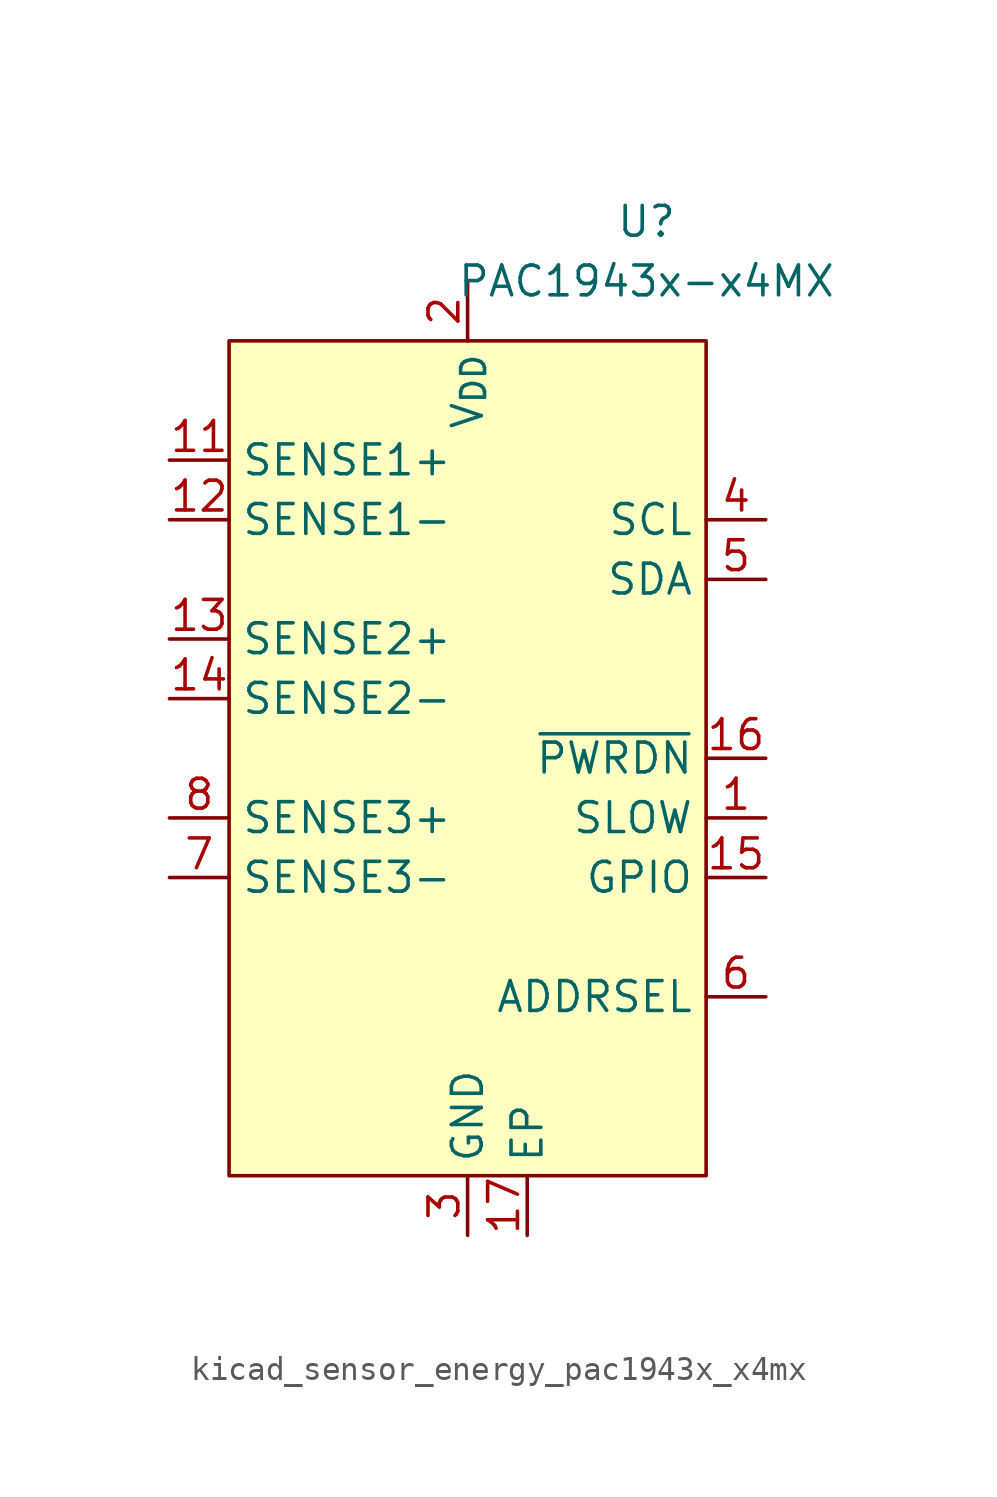
<source format=kicad_sym>
(kicad_symbol_lib
  (version 20220914)
  (generator kicad_symbol_editor)
  (symbol "kicad_sensor_energy_pac1943x_x4mx"
    (property "Reference" "U"
      (at 7.62 22.86 0)
      (effects (font (size 1.27 1.27))))
    (property "Value" "PAC1943x-x4MX"
      (at 7.62 20.32 0)
      (effects (font (size 1.27 1.27))))
    (symbol "kicad_sensor_energy_pac1943x_x4mx_0_0"
      (pin input line (at 12.7 -2.54 180) (length 2.54) (name "SLOW" (effects (font (size 1.27 1.27)))) (number "1" (effects (font (size 1.27 1.27)))) (alternate "GPIO" bidirectional line) (alternate "~{ALERT1}" open_collector line))
      (pin passive line (at 0 -20.32 90) (length 2.54) hide (name "GND" (effects (font (size 1.27 1.27)))) (number "10" (effects (font (size 1.27 1.27)))))
      (pin input line (at -12.7 12.7 0) (length 2.54) (name "SENSE1+" (effects (font (size 1.27 1.27)))) (number "11" (effects (font (size 1.27 1.27)))))
      (pin input line (at -12.7 10.16 0) (length 2.54) (name "SENSE1-" (effects (font (size 1.27 1.27)))) (number "12" (effects (font (size 1.27 1.27)))))
      (pin input line (at -12.7 5.08 0) (length 2.54) (name "SENSE2+" (effects (font (size 1.27 1.27)))) (number "13" (effects (font (size 1.27 1.27)))))
      (pin input line (at -12.7 2.54 0) (length 2.54) (name "SENSE2-" (effects (font (size 1.27 1.27)))) (number "14" (effects (font (size 1.27 1.27)))))
      (pin bidirectional line (at 12.7 -5.08 180) (length 2.54) (name "GPIO" (effects (font (size 1.27 1.27)))) (number "15" (effects (font (size 1.27 1.27)))) (alternate "~{ALERT2}" open_collector line))
      (pin input line (at 12.7 0 180) (length 2.54) (name "~{PWRDN}" (effects (font (size 1.27 1.27)))) (number "16" (effects (font (size 1.27 1.27)))))
      (pin passive line (at 2.54 -20.32 90) (length 2.54) (name "EP" (effects (font (size 1.27 1.27)))) (number "17" (effects (font (size 1.27 1.27)))))
      (pin power_in line (at 0 20.32 270) (length 2.54) (name "V_{DD}" (effects (font (size 1.27 1.27)))) (number "2" (effects (font (size 1.27 1.27)))))
      (pin power_in line (at 0 -20.32 90) (length 2.54) (name "GND" (effects (font (size 1.27 1.27)))) (number "3" (effects (font (size 1.27 1.27)))))
      (pin input line (at 12.7 10.16 180) (length 2.54) (name "SCL" (effects (font (size 1.27 1.27)))) (number "4" (effects (font (size 1.27 1.27)))) (alternate "SM_CLK" input line))
      (pin bidirectional line (at 12.7 7.62 180) (length 2.54) (name "SDA" (effects (font (size 1.27 1.27)))) (number "5" (effects (font (size 1.27 1.27)))) (alternate "SM_DATA" bidirectional line))
      (pin passive line (at 12.7 -10.16 180) (length 2.54) (name "ADDRSEL" (effects (font (size 1.27 1.27)))) (number "6" (effects (font (size 1.27 1.27)))))
      (pin input line (at -12.7 -5.08 0) (length 2.54) (name "SENSE3-" (effects (font (size 1.27 1.27)))) (number "7" (effects (font (size 1.27 1.27)))))
      (pin input line (at -12.7 -2.54 0) (length 2.54) (name "SENSE3+" (effects (font (size 1.27 1.27)))) (number "8" (effects (font (size 1.27 1.27)))))
      (pin passive line (at 0 -20.32 90) (length 2.54) hide (name "GND" (effects (font (size 1.27 1.27)))) (number "9" (effects (font (size 1.27 1.27))))))
    (symbol "kicad_sensor_energy_pac1943x_x4mx_0_1"
      (rectangle (start -10.16 17.78) (end 10.16 -17.78) (stroke (width 0) (type default)) (fill (type background))))))
</source>
